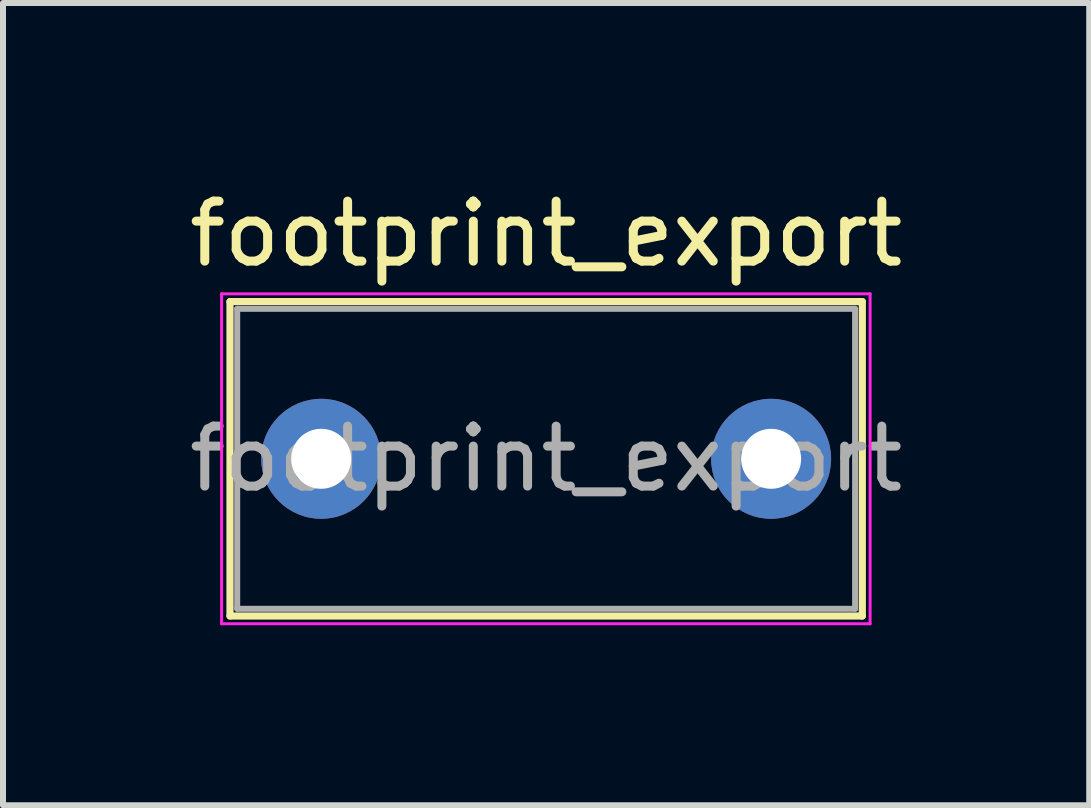
<source format=kicad_pcb>
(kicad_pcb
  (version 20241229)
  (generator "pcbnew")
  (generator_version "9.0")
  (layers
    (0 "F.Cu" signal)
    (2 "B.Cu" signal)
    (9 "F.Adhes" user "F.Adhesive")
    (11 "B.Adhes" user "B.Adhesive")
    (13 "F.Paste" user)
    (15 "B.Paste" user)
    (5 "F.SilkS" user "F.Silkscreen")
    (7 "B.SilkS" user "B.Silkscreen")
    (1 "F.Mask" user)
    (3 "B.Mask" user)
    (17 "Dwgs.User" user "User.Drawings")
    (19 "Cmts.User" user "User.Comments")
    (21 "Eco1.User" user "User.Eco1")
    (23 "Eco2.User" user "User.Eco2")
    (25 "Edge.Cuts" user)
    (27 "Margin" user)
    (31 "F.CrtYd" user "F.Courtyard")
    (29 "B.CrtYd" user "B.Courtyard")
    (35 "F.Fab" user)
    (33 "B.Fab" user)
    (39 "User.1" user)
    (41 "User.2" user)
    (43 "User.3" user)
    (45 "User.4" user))
  (footprint "footprint_export"
    (layer "F.Cu")
    (at 2.304 4.598)
    (property "Reference" "footprint_export" (at 3.75 -3.75 0) (layer "F.SilkS") (effects (font (size 1 1) (thickness 0.15))))
    (attr through_hole)
    (fp_line (start -1.52 -2.62) (end -1.52 2.62) (stroke (width 0.12) (type solid)) (layer "F.SilkS"))
    (fp_line (start -1.52 -2.62) (end 9.02 -2.62) (stroke (width 0.12) (type solid)) (layer "F.SilkS"))
    (fp_line (start -1.52 2.62) (end 9.02 2.62) (stroke (width 0.12) (type solid)) (layer "F.SilkS"))
    (fp_line (start 9.02 -2.62) (end 9.02 2.62) (stroke (width 0.12) (type solid)) (layer "F.SilkS"))
    (fp_line (start -1.66 -2.75) (end -1.66 2.75) (stroke (width 0.05) (type solid)) (layer "F.CrtYd"))
    (fp_line (start -1.66 2.75) (end 9.15 2.75) (stroke (width 0.05) (type solid)) (layer "F.CrtYd"))
    (fp_line (start 9.15 -2.75) (end -1.66 -2.75) (stroke (width 0.05) (type solid)) (layer "F.CrtYd"))
    (fp_line (start 9.15 2.75) (end 9.15 -2.75) (stroke (width 0.05) (type solid)) (layer "F.CrtYd"))
    (fp_line (start -1.4 -2.5) (end -1.4 2.5) (stroke (width 0.1) (type solid)) (layer "F.Fab"))
    (fp_line (start -1.4 2.5) (end 8.9 2.5) (stroke (width 0.1) (type solid)) (layer "F.Fab"))
    (fp_line (start 8.9 -2.5) (end -1.4 -2.5) (stroke (width 0.1) (type solid)) (layer "F.Fab"))
    (fp_line (start 8.9 2.5) (end 8.9 -2.5) (stroke (width 0.1) (type solid)) (layer "F.Fab"))
    (fp_text user "${REFERENCE}" (at 3.75 0 0) (layer "F.Fab") (effects (font (size 1 1) (thickness 0.15))))
    (pad "1" thru_hole circle (at 0 0) (size 2 2) (drill 1) (layers "*.Cu" "*.Mask"))
    (pad "2" thru_hole circle (at 7.5 0) (size 2 2) (drill 1) (layers "*.Cu" "*.Mask")))
  (gr_rect
    (start -3 -3)
    (end 15.107 10.373)
    (stroke (width 0.1) (type default))
    (fill no)
    (layer "Edge.Cuts")))
</source>
